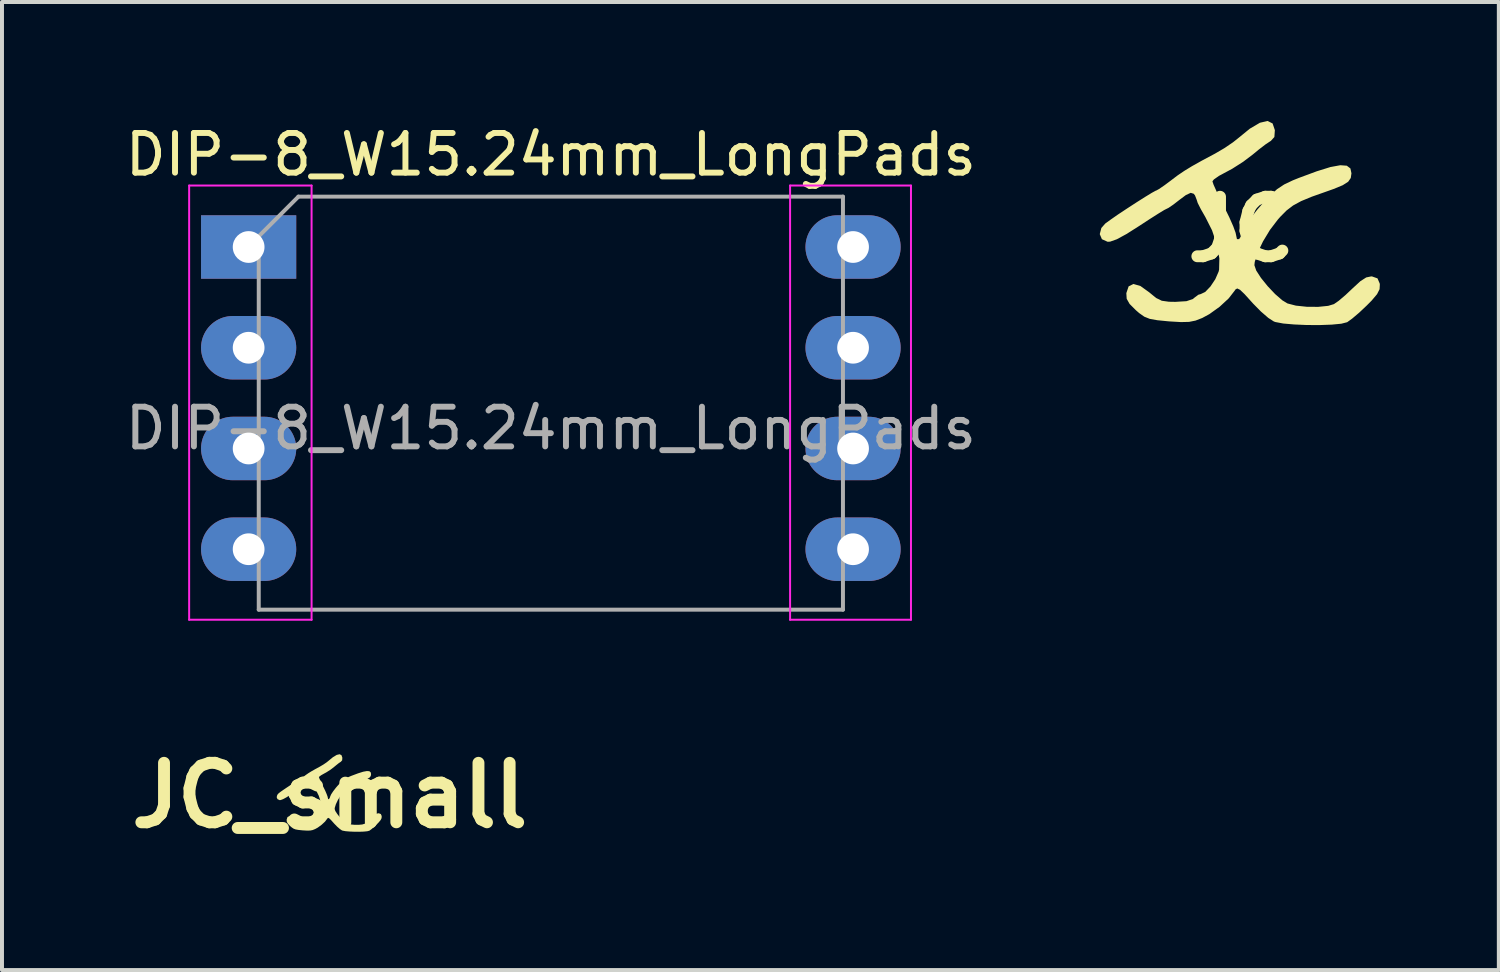
<source format=kicad_pcb>
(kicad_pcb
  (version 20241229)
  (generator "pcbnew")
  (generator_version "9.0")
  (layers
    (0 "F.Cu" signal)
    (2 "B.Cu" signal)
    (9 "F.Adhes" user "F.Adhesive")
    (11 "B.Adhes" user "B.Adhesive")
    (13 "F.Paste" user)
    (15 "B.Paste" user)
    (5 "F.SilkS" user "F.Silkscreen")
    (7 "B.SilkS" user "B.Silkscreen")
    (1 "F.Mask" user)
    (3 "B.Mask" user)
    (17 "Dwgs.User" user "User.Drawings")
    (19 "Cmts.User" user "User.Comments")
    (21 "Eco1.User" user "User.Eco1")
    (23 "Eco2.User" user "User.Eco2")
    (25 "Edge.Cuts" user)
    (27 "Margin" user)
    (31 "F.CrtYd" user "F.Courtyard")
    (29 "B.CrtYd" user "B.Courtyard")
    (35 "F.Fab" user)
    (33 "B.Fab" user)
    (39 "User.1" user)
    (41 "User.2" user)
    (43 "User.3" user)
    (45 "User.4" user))
  (footprint "JC_small"
    (layer "F.Cu")
    (at 5.264 17.005)
    (property "Reference" "JC_small" (at 0 0 0) (layer "F.SilkS") (effects (font (size 1.5 1.5) (thickness 0.3))))
    (attr board_only exclude_from_pos_files exclude_from_bom)
    (fp_poly (pts (xy 0.296 -1.014) (xy 0.318 -0.95) (xy 0.313 -0.885) (xy 0.279 -0.847) (xy 0.276 -0.845) (xy 0.23 -0.815) (xy 0.165 -0.763) (xy 0.109 -0.717) (xy 0.018 -0.647) (xy -0.086 -0.581) (xy -0.141 -0.551) (xy -0.211 -0.512) (xy -0.259 -0.478) (xy -0.273 -0.46) (xy -0.262 -0.428) (xy -0.233 -0.363) (xy -0.192 -0.275) (xy -0.161 -0.214) (xy -0.113 -0.116) (xy -0.076 -0.029) (xy -0.054 0.032) (xy -0.05 0.052) (xy -0.041 0.093) (xy -0.02 0.094) (xy 0.002 0.058) (xy 0.013 0.024) (xy 0.036 -0.027) (xy 0.085 -0.102) (xy 0.151 -0.188) (xy 0.19 -0.234) (xy 0.272 -0.323) (xy 0.339 -0.385) (xy 0.406 -0.43) (xy 0.488 -0.469) (xy 0.544 -0.493) (xy 0.713 -0.556) (xy 0.843 -0.597) (xy 0.936 -0.614) (xy 0.998 -0.61) (xy 1.032 -0.583) (xy 1.042 -0.537) (xy 1.035 -0.492) (xy 1.011 -0.456) (xy 0.959 -0.423) (xy 0.873 -0.387) (xy 0.803 -0.362) (xy 0.666 -0.312) (xy 0.566 -0.27) (xy 0.49 -0.229) (xy 0.429 -0.181) (xy 0.37 -0.121) (xy 0.346 -0.094) (xy 0.272 0.005) (xy 0.206 0.115) (xy 0.155 0.222) (xy 0.127 0.312) (xy 0.124 0.343) (xy 0.141 0.394) (xy 0.187 0.465) (xy 0.249 0.544) (xy 0.32 0.62) (xy 0.388 0.68) (xy 0.437 0.71) (xy 0.516 0.731) (xy 0.619 0.741) (xy 0.727 0.742) (xy 0.821 0.733) (xy 0.876 0.716) (xy 0.921 0.685) (xy 0.986 0.629) (xy 1.051 0.566) (xy 1.126 0.497) (xy 1.182 0.46) (xy 1.229 0.451) (xy 1.238 0.451) (xy 1.288 0.47) (xy 1.309 0.518) (xy 1.31 0.529) (xy 1.307 0.573) (xy 1.284 0.621) (xy 1.233 0.682) (xy 1.186 0.73) (xy 1.114 0.798) (xy 1.048 0.855) (xy 1.002 0.888) (xy 1 0.89) (xy 0.946 0.904) (xy 0.856 0.913) (xy 0.742 0.917) (xy 0.619 0.916) (xy 0.5 0.911) (xy 0.397 0.902) (xy 0.323 0.888) (xy 0.308 0.883) (xy 0.256 0.848) (xy 0.186 0.787) (xy 0.112 0.711) (xy 0.098 0.695) (xy 0.031 0.62) (xy -0.012 0.579) (xy -0.038 0.566) (xy -0.055 0.576) (xy -0.062 0.586) (xy -0.119 0.661) (xy -0.205 0.741) (xy -0.302 0.812) (xy -0.369 0.849) (xy -0.432 0.874) (xy -0.493 0.886) (xy -0.57 0.888) (xy -0.678 0.882) (xy -0.688 0.881) (xy -0.794 0.87) (xy -0.865 0.857) (xy -0.917 0.836) (xy -0.965 0.802) (xy -0.996 0.775) (xy -1.056 0.714) (xy -1.083 0.665) (xy -1.087 0.611) (xy -1.086 0.61) (xy -1.065 0.546) (xy -1.02 0.523) (xy -0.954 0.542) (xy -0.87 0.603) (xy -0.867 0.606) (xy -0.805 0.657) (xy -0.751 0.684) (xy -0.684 0.693) (xy -0.623 0.695) (xy -0.518 0.688) (xy -0.457 0.667) (xy -0.446 0.657) (xy -0.405 0.626) (xy -0.384 0.62) (xy -0.341 0.599) (xy -0.291 0.547) (xy -0.245 0.478) (xy -0.214 0.406) (xy -0.21 0.386) (xy -0.207 0.278) (xy -0.231 0.147) (xy -0.277 0.009) (xy -0.339 -0.118) (xy -0.382 -0.193) (xy -0.412 -0.253) (xy -0.422 -0.283) (xy -0.438 -0.326) (xy -0.45 -0.341) (xy -0.478 -0.35) (xy -0.523 -0.329) (xy -0.583 -0.284) (xy -0.643 -0.236) (xy -0.688 -0.205) (xy -0.703 -0.198) (xy -0.728 -0.185) (xy -0.786 -0.15) (xy -0.867 -0.097) (xy -0.96 -0.036) (xy -1.085 0.045) (xy -1.177 0.095) (xy -1.24 0.118) (xy -1.264 0.119) (xy -1.318 0.094) (xy -1.338 0.045) (xy -1.323 -0.013) (xy -1.286 -0.056) (xy -1.238 -0.092) (xy -1.166 -0.142) (xy -1.08 -0.2) (xy -0.992 -0.258) (xy -0.91 -0.31) (xy -0.845 -0.35) (xy -0.808 -0.371) (xy -0.804 -0.372) (xy -0.778 -0.386) (xy -0.725 -0.423) (xy -0.67 -0.465) (xy -0.602 -0.516) (xy -0.539 -0.56) (xy -0.466 -0.605) (xy -0.373 -0.658) (xy -0.248 -0.726) (xy -0.16 -0.778) (xy -0.078 -0.834) (xy -0.037 -0.867) (xy 0.081 -0.964) (xy 0.176 -1.021) (xy 0.249 -1.038)) (stroke (width 0) (type solid)) (fill yes) (layer "F.SilkS")))
  (footprint "DIP-8_W15.24mm_LongPads"
    (layer "F.Cu")
    (at 3.219 3.178)
    (property "Reference" "DIP-8_W15.24mm_LongPads" (at 7.62 -2.33 0) (layer "F.SilkS") (effects (font (size 1 1) (thickness 0.15))))
    (attr through_hole)
    (fp_line (start -1.5 -1.55) (end -1.5 9.398) (stroke (width 0.05) (type solid)) (layer "F.CrtYd"))
    (fp_line (start -1.5 9.398) (end 1.587 9.398) (stroke (width 0.05) (type solid)) (layer "F.CrtYd"))
    (fp_line (start 1.587 -1.55) (end -1.5 -1.55) (stroke (width 0.05) (type solid)) (layer "F.CrtYd"))
    (fp_line (start 1.587 9.398) (end 1.587 -1.55) (stroke (width 0.05) (type solid)) (layer "F.CrtYd"))
    (fp_line (start 13.652 -1.55) (end 16.7 -1.55) (stroke (width 0.05) (type solid)) (layer "F.CrtYd"))
    (fp_line (start 13.652 9.398) (end 13.652 -1.55) (stroke (width 0.05) (type solid)) (layer "F.CrtYd"))
    (fp_line (start 13.652 9.398) (end 16.7 9.398) (stroke (width 0.05) (type solid)) (layer "F.CrtYd"))
    (fp_line (start 16.7 9.398) (end 16.7 -1.55) (stroke (width 0.05) (type solid)) (layer "F.CrtYd"))
    (fp_line (start 0.255 -0.27) (end 1.255 -1.27) (stroke (width 0.1) (type solid)) (layer "F.Fab"))
    (fp_line (start 0.255 9.144) (end 0.255 -0.27) (stroke (width 0.1) (type solid)) (layer "F.Fab"))
    (fp_line (start 1.255 -1.27) (end 14.985 -1.27) (stroke (width 0.1) (type solid)) (layer "F.Fab"))
    (fp_line (start 14.985 -1.27) (end 14.985 9.144) (stroke (width 0.1) (type solid)) (layer "F.Fab"))
    (fp_line (start 14.985 9.144) (end 0.255 9.144) (stroke (width 0.1) (type solid)) (layer "F.Fab"))
    (fp_text user "${REFERENCE}" (at 7.62 4.572 0) (layer "F.Fab") (effects (font (size 1 1) (thickness 0.15))))
    (pad "1" thru_hole rect (at 0 0) (size 2.4 1.6) (drill 0.8) (layers "*.Cu" "*.Mask"))
    (pad "2" thru_hole oval (at 0 2.54) (size 2.4 1.6) (drill 0.8) (layers "*.Cu" "*.Mask"))
    (pad "3" thru_hole oval (at 0 5.08) (size 2.4 1.6) (drill 0.8) (layers "*.Cu" "*.Mask"))
    (pad "4" thru_hole oval (at 0 7.62) (size 2.4 1.6) (drill 0.8) (layers "*.Cu" "*.Mask"))
    (pad "5" thru_hole oval (at 15.24 7.62) (size 2.4 1.6) (drill 0.8) (layers "*.Cu" "*.Mask"))
    (pad "6" thru_hole oval (at 15.24 5.08) (size 2.4 1.6) (drill 0.8) (layers "*.Cu" "*.Mask"))
    (pad "7" thru_hole oval (at 15.24 2.54) (size 2.4 1.6) (drill 0.8) (layers "*.Cu" "*.Mask"))
    (pad "8" thru_hole oval (at 15.24 0) (size 2.4 1.6) (drill 0.8) (layers "*.Cu" "*.Mask")))
  (footprint "JC"
    (layer "F.Cu")
    (at 28.247 2.733)
    (property "Reference" "JC" (at 0 0 0) (layer "F.SilkS") (effects (font (size 1.5 1.5) (thickness 0.3))))
    (attr board_only exclude_from_pos_files exclude_from_bom)
    (fp_poly (pts (xy 0.79 -2.67) (xy 0.847 -2.502) (xy 0.835 -2.329) (xy 0.745 -2.229) (xy 0.735 -2.224) (xy 0.614 -2.144) (xy 0.439 -2.01) (xy 0.29 -1.887) (xy 0.048 -1.704) (xy -0.228 -1.528) (xy -0.375 -1.449) (xy -0.563 -1.348) (xy -0.691 -1.258) (xy -0.727 -1.211) (xy -0.699 -1.127) (xy -0.622 -0.955) (xy -0.511 -0.725) (xy -0.43 -0.564) (xy -0.302 -0.304) (xy -0.202 -0.077) (xy -0.143 0.085) (xy -0.132 0.138) (xy -0.109 0.246) (xy -0.054 0.247) (xy 0.007 0.152) (xy 0.034 0.063) (xy 0.096 -0.072) (xy 0.227 -0.269) (xy 0.403 -0.496) (xy 0.507 -0.616) (xy 0.725 -0.851) (xy 0.903 -1.014) (xy 1.082 -1.132) (xy 1.3 -1.236) (xy 1.452 -1.297) (xy 1.903 -1.464) (xy 2.247 -1.571) (xy 2.497 -1.617) (xy 2.661 -1.605) (xy 2.752 -1.536) (xy 2.778 -1.414) (xy 2.761 -1.295) (xy 2.695 -1.2) (xy 2.558 -1.113) (xy 2.328 -1.018) (xy 2.142 -0.952) (xy 1.777 -0.823) (xy 1.509 -0.712) (xy 1.307 -0.602) (xy 1.143 -0.477) (xy 0.986 -0.319) (xy 0.923 -0.248) (xy 0.724 0.013) (xy 0.549 0.302) (xy 0.414 0.583) (xy 0.34 0.82) (xy 0.331 0.904) (xy 0.377 1.038) (xy 0.497 1.224) (xy 0.665 1.432) (xy 0.853 1.631) (xy 1.035 1.789) (xy 1.165 1.868) (xy 1.377 1.923) (xy 1.652 1.952) (xy 1.939 1.954) (xy 2.19 1.929) (xy 2.336 1.885) (xy 2.456 1.802) (xy 2.628 1.656) (xy 2.804 1.49) (xy 3.003 1.307) (xy 3.151 1.212) (xy 3.276 1.186) (xy 3.3 1.188) (xy 3.435 1.236) (xy 3.49 1.363) (xy 3.494 1.391) (xy 3.487 1.509) (xy 3.424 1.634) (xy 3.288 1.795) (xy 3.163 1.921) (xy 2.971 2.102) (xy 2.795 2.251) (xy 2.673 2.339) (xy 2.667 2.342) (xy 2.522 2.379) (xy 2.282 2.402) (xy 1.98 2.413) (xy 1.652 2.412) (xy 1.333 2.398) (xy 1.058 2.374) (xy 0.862 2.337) (xy 0.822 2.323) (xy 0.682 2.233) (xy 0.495 2.071) (xy 0.298 1.871) (xy 0.261 1.83) (xy 0.083 1.633) (xy -0.031 1.524) (xy -0.102 1.49) (xy -0.148 1.517) (xy -0.164 1.543) (xy -0.317 1.74) (xy -0.546 1.952) (xy -0.805 2.138) (xy -0.985 2.235) (xy -1.152 2.3) (xy -1.316 2.333) (xy -1.52 2.338) (xy -1.808 2.321) (xy -1.835 2.319) (xy -2.117 2.291) (xy -2.307 2.257) (xy -2.445 2.202) (xy -2.573 2.112) (xy -2.656 2.04) (xy -2.816 1.88) (xy -2.889 1.751) (xy -2.898 1.609) (xy -2.897 1.605) (xy -2.84 1.437) (xy -2.719 1.377) (xy -2.543 1.428) (xy -2.32 1.588) (xy -2.312 1.595) (xy -2.147 1.73) (xy -2.004 1.8) (xy -1.825 1.825) (xy -1.662 1.828) (xy -1.382 1.811) (xy -1.219 1.756) (xy -1.191 1.73) (xy -1.081 1.648) (xy -1.023 1.632) (xy -0.909 1.578) (xy -0.777 1.44) (xy -0.655 1.257) (xy -0.572 1.068) (xy -0.559 1.016) (xy -0.552 0.732) (xy -0.615 0.387) (xy -0.737 0.024) (xy -0.905 -0.309) (xy -1.019 -0.508) (xy -1.099 -0.667) (xy -1.124 -0.746) (xy -1.167 -0.857) (xy -1.2 -0.898) (xy -1.275 -0.921) (xy -1.396 -0.865) (xy -1.554 -0.747) (xy -1.716 -0.622) (xy -1.835 -0.541) (xy -1.874 -0.522) (xy -1.942 -0.488) (xy -2.096 -0.394) (xy -2.313 -0.256) (xy -2.559 -0.095) (xy -2.893 0.117) (xy -3.138 0.25) (xy -3.307 0.31) (xy -3.37 0.313) (xy -3.514 0.248) (xy -3.568 0.12) (xy -3.528 -0.034) (xy -3.429 -0.147) (xy -3.3 -0.241) (xy -3.109 -0.374) (xy -2.881 -0.525) (xy -2.644 -0.679) (xy -2.426 -0.817) (xy -2.254 -0.922) (xy -2.155 -0.976) (xy -2.143 -0.979) (xy -2.074 -1.017) (xy -1.934 -1.113) (xy -1.785 -1.224) (xy -1.607 -1.359) (xy -1.436 -1.475) (xy -1.243 -1.593) (xy -0.995 -1.732) (xy -0.661 -1.91) (xy -0.427 -2.047) (xy -0.209 -2.195) (xy -0.099 -2.282) (xy 0.215 -2.538) (xy 0.47 -2.688) (xy 0.663 -2.733)) (stroke (width 0) (type solid)) (fill yes) (layer "F.SilkS")))
  (gr_rect
    (start -3 -3)
    (end 34.741 21.409)
    (stroke (width 0.1) (type default))
    (fill no)
    (layer "Edge.Cuts")))
</source>
